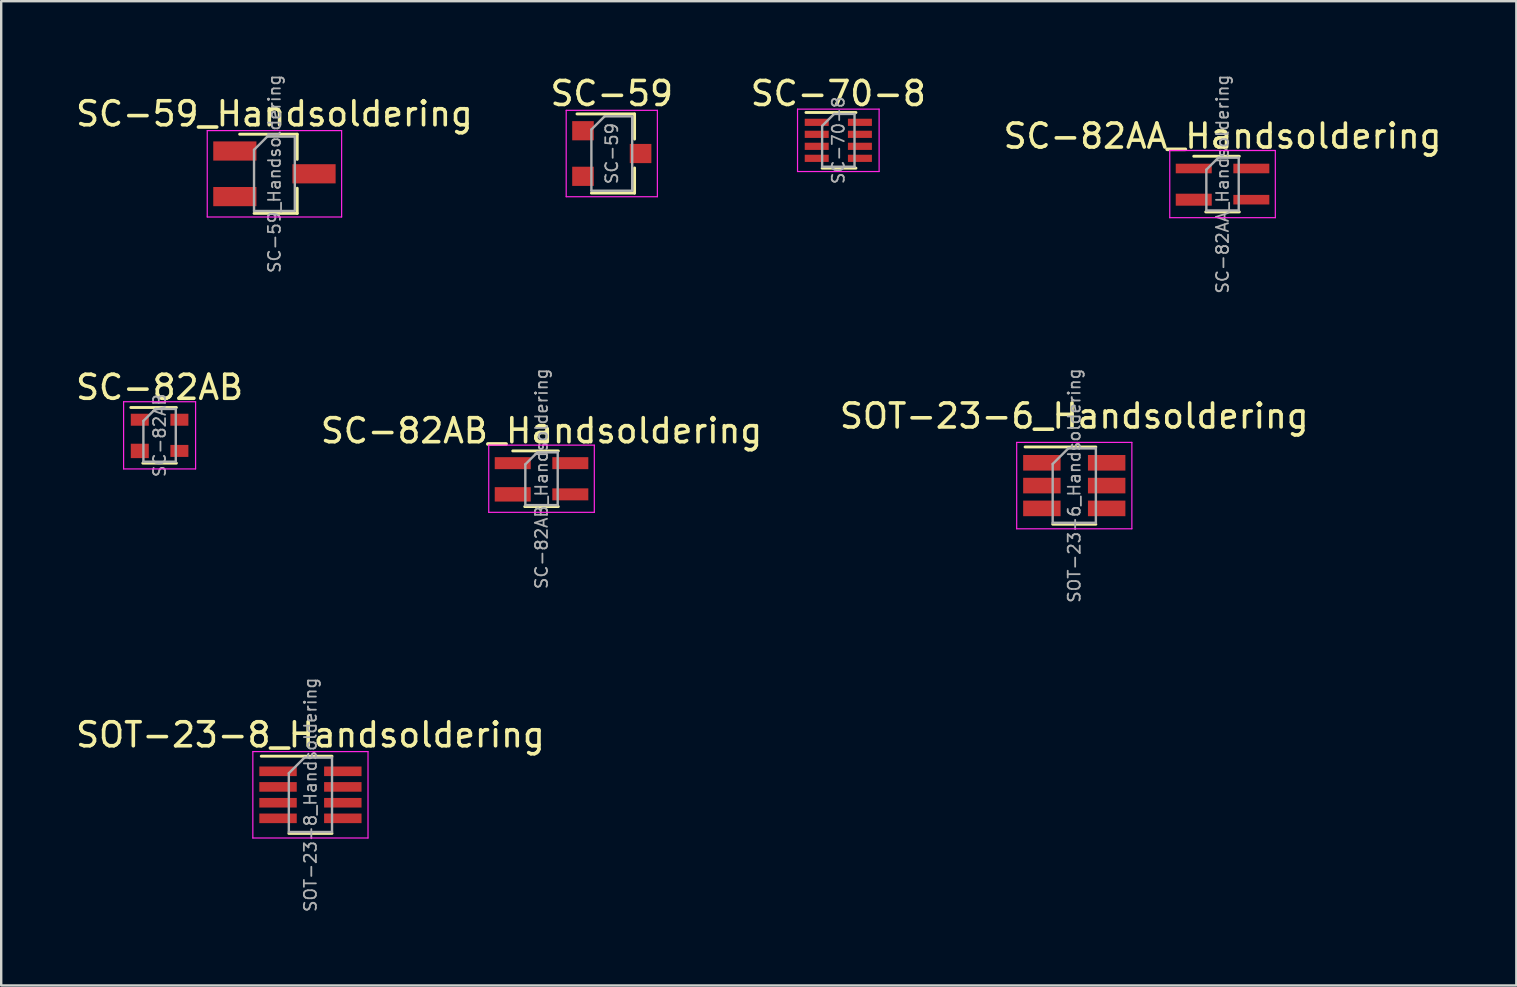
<source format=kicad_pcb>
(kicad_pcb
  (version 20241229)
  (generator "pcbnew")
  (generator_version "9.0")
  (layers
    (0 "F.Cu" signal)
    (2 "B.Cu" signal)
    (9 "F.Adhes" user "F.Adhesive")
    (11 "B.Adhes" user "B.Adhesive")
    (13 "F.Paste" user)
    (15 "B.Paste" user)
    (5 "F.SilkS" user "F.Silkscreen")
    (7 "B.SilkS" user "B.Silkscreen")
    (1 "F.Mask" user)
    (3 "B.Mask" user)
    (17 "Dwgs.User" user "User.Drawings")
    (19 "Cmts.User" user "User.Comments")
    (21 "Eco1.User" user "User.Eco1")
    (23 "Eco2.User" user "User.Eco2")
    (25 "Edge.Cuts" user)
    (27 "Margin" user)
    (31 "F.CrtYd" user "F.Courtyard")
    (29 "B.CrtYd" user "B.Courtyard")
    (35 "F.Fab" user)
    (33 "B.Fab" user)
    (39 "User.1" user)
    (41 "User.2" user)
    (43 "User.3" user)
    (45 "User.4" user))
  (footprint "SC-70-8"
    (layer "F.Cu")
    (at 31.887 2.798)
    (property "Reference" "SC-70-8" (at 0 -1.95 0) (layer "F.SilkS") (effects (font (size 1 1) (thickness 0.15))))
    (attr smd)
    (fp_line (start -0.675 1.16) (end 0.735 1.16) (stroke (width 0.12) (type solid)) (layer "F.SilkS"))
    (fp_line (start 0.735 -1.16) (end -1.35 -1.16) (stroke (width 0.12) (type solid)) (layer "F.SilkS"))
    (fp_line (start -1.7 -1.3) (end 1.7 -1.3) (stroke (width 0.05) (type solid)) (layer "F.CrtYd"))
    (fp_line (start -1.7 1.3) (end -1.7 -1.3) (stroke (width 0.05) (type solid)) (layer "F.CrtYd"))
    (fp_line (start 1.7 -1.3) (end 1.7 1.3) (stroke (width 0.05) (type solid)) (layer "F.CrtYd"))
    (fp_line (start 1.7 1.3) (end -1.7 1.3) (stroke (width 0.05) (type solid)) (layer "F.CrtYd"))
    (fp_line (start -0.675 -0.6) (end -0.675 1.1) (stroke (width 0.1) (type solid)) (layer "F.Fab"))
    (fp_line (start -0.175 -1.1) (end -0.675 -0.6) (stroke (width 0.1) (type solid)) (layer "F.Fab"))
    (fp_line (start 0.675 -1.1) (end -0.175 -1.1) (stroke (width 0.1) (type solid)) (layer "F.Fab"))
    (fp_line (start 0.675 -1.1) (end 0.675 1.1) (stroke (width 0.1) (type solid)) (layer "F.Fab"))
    (fp_line (start 0.675 1.1) (end -0.675 1.1) (stroke (width 0.1) (type solid)) (layer "F.Fab"))
    (fp_text user "${REFERENCE}" (at 0 0 90) (layer "F.Fab") (effects (font (size 0.5 0.5) (thickness 0.075))))
    (pad "1" smd rect (at -0.9 -0.75 270) (size 0.3 1) (layers "F.Cu" "F.Mask" "F.Paste"))
    (pad "2" smd rect (at -0.9 -0.25 270) (size 0.3 1) (layers "F.Cu" "F.Mask" "F.Paste"))
    (pad "3" smd rect (at -0.9 0.25 270) (size 0.3 1) (layers "F.Cu" "F.Mask" "F.Paste"))
    (pad "4" smd rect (at -0.9 0.75 270) (size 0.3 1) (layers "F.Cu" "F.Mask" "F.Paste"))
    (pad "5" smd rect (at 0.9 0.75 270) (size 0.3 1) (layers "F.Cu" "F.Mask" "F.Paste"))
    (pad "6" smd rect (at 0.9 0.25 270) (size 0.3 1) (layers "F.Cu" "F.Mask" "F.Paste"))
    (pad "7" smd rect (at 0.9 -0.25 270) (size 0.3 1) (layers "F.Cu" "F.Mask" "F.Paste"))
    (pad "8" smd rect (at 0.9 -0.75 270) (size 0.3 1) (layers "F.Cu" "F.Mask" "F.Paste")))
  (footprint "SC-82AB"
    (layer "F.Cu")
    (at 3.601 15.092)
    (property "Reference" "SC-82AB" (at 0 -2 0) (layer "F.SilkS") (effects (font (size 1 1) (thickness 0.15))))
    (attr smd)
    (fp_line (start -0.7 1.16) (end 0.7 1.16) (stroke (width 0.12) (type solid)) (layer "F.SilkS"))
    (fp_line (start 0.7 -1.16) (end -1.2 -1.16) (stroke (width 0.12) (type solid)) (layer "F.SilkS"))
    (fp_line (start -1.5 -1.4) (end -1.5 1.4) (stroke (width 0.05) (type solid)) (layer "F.CrtYd"))
    (fp_line (start -1.5 -1.4) (end 1.5 -1.4) (stroke (width 0.05) (type solid)) (layer "F.CrtYd"))
    (fp_line (start -1.5 1.4) (end 1.5 1.4) (stroke (width 0.05) (type solid)) (layer "F.CrtYd"))
    (fp_line (start 1.5 1.4) (end 1.5 -1.4) (stroke (width 0.05) (type solid)) (layer "F.CrtYd"))
    (fp_line (start -0.675 -0.6) (end -0.675 1.1) (stroke (width 0.1) (type solid)) (layer "F.Fab"))
    (fp_line (start -0.175 -1.1) (end -0.675 -0.6) (stroke (width 0.1) (type solid)) (layer "F.Fab"))
    (fp_line (start 0.675 -1.1) (end -0.175 -1.1) (stroke (width 0.1) (type solid)) (layer "F.Fab"))
    (fp_line (start 0.675 -1.1) (end 0.675 1.1) (stroke (width 0.1) (type solid)) (layer "F.Fab"))
    (fp_line (start 0.675 1.1) (end -0.675 1.1) (stroke (width 0.1) (type solid)) (layer "F.Fab"))
    (fp_text user "${REFERENCE}" (at 0 0 90) (layer "F.Fab") (effects (font (size 0.5 0.5) (thickness 0.075))))
    (pad "1" smd rect (at -0.825 -0.65) (size 0.75 0.5) (layers "F.Cu" "F.Mask" "F.Paste"))
    (pad "2" smd rect (at -0.825 0.65) (size 0.75 0.6) (layers "F.Cu" "F.Mask" "F.Paste"))
    (pad "3" smd rect (at 0.825 0.65) (size 0.75 0.5) (layers "F.Cu" "F.Mask" "F.Paste"))
    (pad "4" smd rect (at 0.825 -0.65) (size 0.75 0.5) (layers "F.Cu" "F.Mask" "F.Paste")))
  (footprint "SC-59"
    (layer "F.Cu")
    (at 22.446 3.348)
    (property "Reference" "SC-59" (at 0 -2.5 0) (layer "F.SilkS") (effects (font (size 1 1) (thickness 0.15))))
    (attr smd)
    (fp_line (start -1.45 -1.65) (end 0.95 -1.65) (stroke (width 0.12) (type solid)) (layer "F.SilkS"))
    (fp_line (start -0.85 1.65) (end 0.95 1.65) (stroke (width 0.12) (type solid)) (layer "F.SilkS"))
    (fp_line (start 0.95 -1.65) (end 0.95 -0.6) (stroke (width 0.12) (type solid)) (layer "F.SilkS"))
    (fp_line (start 0.95 1.65) (end 0.95 0.6) (stroke (width 0.12) (type solid)) (layer "F.SilkS"))
    (fp_line (start -1.9 -1.8) (end -1.9 1.8) (stroke (width 0.05) (type solid)) (layer "F.CrtYd"))
    (fp_line (start -1.9 -1.8) (end 1.9 -1.8) (stroke (width 0.05) (type solid)) (layer "F.CrtYd"))
    (fp_line (start 1.9 1.8) (end -1.9 1.8) (stroke (width 0.05) (type solid)) (layer "F.CrtYd"))
    (fp_line (start 1.9 1.8) (end 1.9 -1.8) (stroke (width 0.05) (type solid)) (layer "F.CrtYd"))
    (fp_line (start -0.85 1.55) (end -0.85 -1) (stroke (width 0.1) (type solid)) (layer "F.Fab"))
    (fp_line (start -0.85 1.55) (end 0.85 1.55) (stroke (width 0.1) (type solid)) (layer "F.Fab"))
    (fp_line (start -0.3 -1.55) (end -0.85 -1) (stroke (width 0.1) (type solid)) (layer "F.Fab"))
    (fp_line (start -0.3 -1.55) (end 0.85 -1.55) (stroke (width 0.1) (type solid)) (layer "F.Fab"))
    (fp_line (start 0.85 -1.52) (end 0.85 1.52) (stroke (width 0.1) (type solid)) (layer "F.Fab"))
    (fp_text user "${REFERENCE}" (at 0 0 90) (layer "F.Fab") (effects (font (size 0.5 0.5) (thickness 0.075))))
    (pad "1" smd rect (at -1.2 -0.95) (size 0.9 0.8) (layers "F.Cu" "F.Mask" "F.Paste"))
    (pad "2" smd rect (at -1.2 0.95) (size 0.9 0.8) (layers "F.Cu" "F.Mask" "F.Paste"))
    (pad "3" smd rect (at 1.2 0) (size 0.9 0.8) (layers "F.Cu" "F.Mask" "F.Paste")))
  (footprint "SC-82AA_Handsoldering"
    (layer "F.Cu")
    (at 47.899 4.622)
    (property "Reference" "SC-82AA_Handsoldering" (at 0 -2 0) (layer "F.SilkS") (effects (font (size 1 1) (thickness 0.15))))
    (attr smd)
    (fp_line (start -0.7 1.16) (end 0.7 1.16) (stroke (width 0.12) (type solid)) (layer "F.SilkS"))
    (fp_line (start 0.7 -1.16) (end -1.2 -1.16) (stroke (width 0.12) (type solid)) (layer "F.SilkS"))
    (fp_line (start -2.2 -1.4) (end -2.2 1.4) (stroke (width 0.05) (type solid)) (layer "F.CrtYd"))
    (fp_line (start -2.2 -1.4) (end 2.2 -1.4) (stroke (width 0.05) (type solid)) (layer "F.CrtYd"))
    (fp_line (start -2.2 1.4) (end 2.2 1.4) (stroke (width 0.05) (type solid)) (layer "F.CrtYd"))
    (fp_line (start 2.2 1.4) (end 2.2 -1.4) (stroke (width 0.05) (type solid)) (layer "F.CrtYd"))
    (fp_line (start -0.675 -0.6) (end -0.675 1.1) (stroke (width 0.1) (type solid)) (layer "F.Fab"))
    (fp_line (start -0.175 -1.1) (end -0.675 -0.6) (stroke (width 0.1) (type solid)) (layer "F.Fab"))
    (fp_line (start 0.675 -1.1) (end -0.175 -1.1) (stroke (width 0.1) (type solid)) (layer "F.Fab"))
    (fp_line (start 0.675 -1.1) (end 0.675 1.1) (stroke (width 0.1) (type solid)) (layer "F.Fab"))
    (fp_line (start 0.675 1.1) (end -0.675 1.1) (stroke (width 0.1) (type solid)) (layer "F.Fab"))
    (fp_text user "${REFERENCE}" (at 0 0 90) (layer "F.Fab") (effects (font (size 0.5 0.5) (thickness 0.075))))
    (pad "1" smd rect (at -1.2 -0.65) (size 1.5 0.4) (layers "F.Cu" "F.Mask" "F.Paste"))
    (pad "2" smd rect (at -1.2 0.65) (size 1.5 0.5) (layers "F.Cu" "F.Mask" "F.Paste"))
    (pad "3" smd rect (at 1.2 0.65) (size 1.5 0.4) (layers "F.Cu" "F.Mask" "F.Paste"))
    (pad "4" smd rect (at 1.2 -0.65) (size 1.5 0.4) (layers "F.Cu" "F.Mask" "F.Paste")))
  (footprint "SC-59_Handsoldering"
    (layer "F.Cu")
    (at 8.387 4.193)
    (property "Reference" "SC-59_Handsoldering" (at 0 -2.5 0) (layer "F.SilkS") (effects (font (size 1 1) (thickness 0.15))))
    (attr smd)
    (fp_line (start -1.45 -1.65) (end 0.95 -1.65) (stroke (width 0.12) (type solid)) (layer "F.SilkS"))
    (fp_line (start -0.85 1.65) (end 0.95 1.65) (stroke (width 0.12) (type solid)) (layer "F.SilkS"))
    (fp_line (start 0.95 -1.65) (end 0.95 -0.6) (stroke (width 0.12) (type solid)) (layer "F.SilkS"))
    (fp_line (start 0.95 1.65) (end 0.95 0.6) (stroke (width 0.12) (type solid)) (layer "F.SilkS"))
    (fp_line (start -2.8 -1.8) (end -2.8 1.8) (stroke (width 0.05) (type solid)) (layer "F.CrtYd"))
    (fp_line (start -2.8 -1.8) (end 2.8 -1.8) (stroke (width 0.05) (type solid)) (layer "F.CrtYd"))
    (fp_line (start 2.8 1.8) (end -2.8 1.8) (stroke (width 0.05) (type solid)) (layer "F.CrtYd"))
    (fp_line (start 2.8 1.8) (end 2.8 -1.8) (stroke (width 0.05) (type solid)) (layer "F.CrtYd"))
    (fp_line (start -0.85 1.55) (end -0.85 -1) (stroke (width 0.1) (type solid)) (layer "F.Fab"))
    (fp_line (start -0.85 1.55) (end 0.85 1.55) (stroke (width 0.1) (type solid)) (layer "F.Fab"))
    (fp_line (start -0.3 -1.55) (end -0.85 -1) (stroke (width 0.1) (type solid)) (layer "F.Fab"))
    (fp_line (start -0.3 -1.55) (end 0.85 -1.55) (stroke (width 0.1) (type solid)) (layer "F.Fab"))
    (fp_line (start 0.85 -1.52) (end 0.85 1.52) (stroke (width 0.1) (type solid)) (layer "F.Fab"))
    (fp_text user "${REFERENCE}" (at 0 0 90) (layer "F.Fab") (effects (font (size 0.5 0.5) (thickness 0.075))))
    (pad "1" smd rect (at -1.65 -0.95) (size 1.8 0.8) (layers "F.Cu" "F.Mask" "F.Paste"))
    (pad "2" smd rect (at -1.65 0.95) (size 1.8 0.8) (layers "F.Cu" "F.Mask" "F.Paste"))
    (pad "3" smd rect (at 1.65 0) (size 1.8 0.8) (layers "F.Cu" "F.Mask" "F.Paste")))
  (footprint "SOT-23-8_Handsoldering"
    (layer "F.Cu")
    (at 9.887 30.074)
    (property "Reference" "SOT-23-8_Handsoldering" (at 0 -2.5 0) (layer "F.SilkS") (effects (font (size 1 1) (thickness 0.15))))
    (attr smd)
    (fp_line (start -0.9 1.61) (end 0.9 1.61) (stroke (width 0.12) (type solid)) (layer "F.SilkS"))
    (fp_line (start 0.9 -1.61) (end -2.05 -1.61) (stroke (width 0.12) (type solid)) (layer "F.SilkS"))
    (fp_line (start -2.4 -1.8) (end 2.4 -1.8) (stroke (width 0.05) (type solid)) (layer "F.CrtYd"))
    (fp_line (start -2.4 1.8) (end -2.4 -1.8) (stroke (width 0.05) (type solid)) (layer "F.CrtYd"))
    (fp_line (start 2.4 -1.8) (end 2.4 1.8) (stroke (width 0.05) (type solid)) (layer "F.CrtYd"))
    (fp_line (start 2.4 1.8) (end -2.4 1.8) (stroke (width 0.05) (type solid)) (layer "F.CrtYd"))
    (fp_line (start -0.9 -0.9) (end -0.9 1.55) (stroke (width 0.1) (type solid)) (layer "F.Fab"))
    (fp_line (start -0.9 -0.9) (end -0.25 -1.55) (stroke (width 0.1) (type solid)) (layer "F.Fab"))
    (fp_line (start 0.9 -1.55) (end -0.25 -1.55) (stroke (width 0.1) (type solid)) (layer "F.Fab"))
    (fp_line (start 0.9 -1.55) (end 0.9 1.55) (stroke (width 0.1) (type solid)) (layer "F.Fab"))
    (fp_line (start 0.9 1.55) (end -0.9 1.55) (stroke (width 0.1) (type solid)) (layer "F.Fab"))
    (fp_text user "${REFERENCE}" (at 0 0 90) (layer "F.Fab") (effects (font (size 0.5 0.5) (thickness 0.075))))
    (pad "1" smd rect (at -1.35 -0.98) (size 1.56 0.4) (layers "F.Cu" "F.Mask" "F.Paste"))
    (pad "2" smd rect (at -1.35 -0.33) (size 1.56 0.4) (layers "F.Cu" "F.Mask" "F.Paste"))
    (pad "3" smd rect (at -1.35 0.33) (size 1.56 0.4) (layers "F.Cu" "F.Mask" "F.Paste"))
    (pad "4" smd rect (at -1.35 0.98) (size 1.56 0.4) (layers "F.Cu" "F.Mask" "F.Paste"))
    (pad "5" smd rect (at 1.35 0.98) (size 1.56 0.4) (layers "F.Cu" "F.Mask" "F.Paste"))
    (pad "6" smd rect (at 1.35 0.33) (size 1.56 0.4) (layers "F.Cu" "F.Mask" "F.Paste"))
    (pad "7" smd rect (at 1.35 -0.33) (size 1.56 0.4) (layers "F.Cu" "F.Mask" "F.Paste"))
    (pad "8" smd rect (at 1.35 -0.98) (size 1.56 0.4) (layers "F.Cu" "F.Mask" "F.Paste")))
  (footprint "SC-82AB_Handsoldering"
    (layer "F.Cu")
    (at 19.518 16.902)
    (property "Reference" "SC-82AB_Handsoldering" (at 0 -2 0) (layer "F.SilkS") (effects (font (size 1 1) (thickness 0.15))))
    (attr smd)
    (fp_line (start -0.7 1.16) (end 0.7 1.16) (stroke (width 0.12) (type solid)) (layer "F.SilkS"))
    (fp_line (start 0.7 -1.16) (end -1.2 -1.16) (stroke (width 0.12) (type solid)) (layer "F.SilkS"))
    (fp_line (start -2.2 -1.4) (end -2.2 1.4) (stroke (width 0.05) (type solid)) (layer "F.CrtYd"))
    (fp_line (start -2.2 -1.4) (end 2.2 -1.4) (stroke (width 0.05) (type solid)) (layer "F.CrtYd"))
    (fp_line (start -2.2 1.4) (end 2.2 1.4) (stroke (width 0.05) (type solid)) (layer "F.CrtYd"))
    (fp_line (start 2.2 1.4) (end 2.2 -1.4) (stroke (width 0.05) (type solid)) (layer "F.CrtYd"))
    (fp_line (start -0.675 -0.6) (end -0.675 1.1) (stroke (width 0.1) (type solid)) (layer "F.Fab"))
    (fp_line (start -0.175 -1.1) (end -0.675 -0.6) (stroke (width 0.1) (type solid)) (layer "F.Fab"))
    (fp_line (start 0.675 -1.1) (end -0.175 -1.1) (stroke (width 0.1) (type solid)) (layer "F.Fab"))
    (fp_line (start 0.675 -1.1) (end 0.675 1.1) (stroke (width 0.1) (type solid)) (layer "F.Fab"))
    (fp_line (start 0.675 1.1) (end -0.675 1.1) (stroke (width 0.1) (type solid)) (layer "F.Fab"))
    (fp_text user "${REFERENCE}" (at 0 0 90) (layer "F.Fab") (effects (font (size 0.5 0.5) (thickness 0.075))))
    (pad "1" smd rect (at -1.2 -0.65) (size 1.5 0.5) (layers "F.Cu" "F.Mask" "F.Paste"))
    (pad "2" smd rect (at -1.2 0.65) (size 1.5 0.6) (layers "F.Cu" "F.Mask" "F.Paste"))
    (pad "3" smd rect (at 1.2 0.65) (size 1.5 0.5) (layers "F.Cu" "F.Mask" "F.Paste"))
    (pad "4" smd rect (at 1.2 -0.65) (size 1.5 0.5) (layers "F.Cu" "F.Mask" "F.Paste")))
  (footprint "SOT-23-6_Handsoldering"
    (layer "F.Cu")
    (at 41.72 17.187)
    (property "Reference" "SOT-23-6_Handsoldering" (at 0 -2.9 0) (layer "F.SilkS") (effects (font (size 1 1) (thickness 0.15))))
    (attr smd)
    (fp_line (start -0.9 1.61) (end 0.9 1.61) (stroke (width 0.12) (type solid)) (layer "F.SilkS"))
    (fp_line (start 0.9 -1.61) (end -2.05 -1.61) (stroke (width 0.12) (type solid)) (layer "F.SilkS"))
    (fp_line (start -2.4 -1.8) (end 2.4 -1.8) (stroke (width 0.05) (type solid)) (layer "F.CrtYd"))
    (fp_line (start -2.4 1.8) (end -2.4 -1.8) (stroke (width 0.05) (type solid)) (layer "F.CrtYd"))
    (fp_line (start 2.4 -1.8) (end 2.4 1.8) (stroke (width 0.05) (type solid)) (layer "F.CrtYd"))
    (fp_line (start 2.4 1.8) (end -2.4 1.8) (stroke (width 0.05) (type solid)) (layer "F.CrtYd"))
    (fp_line (start -0.9 -0.9) (end -0.9 1.55) (stroke (width 0.1) (type solid)) (layer "F.Fab"))
    (fp_line (start -0.9 -0.9) (end -0.25 -1.55) (stroke (width 0.1) (type solid)) (layer "F.Fab"))
    (fp_line (start 0.9 -1.55) (end -0.25 -1.55) (stroke (width 0.1) (type solid)) (layer "F.Fab"))
    (fp_line (start 0.9 -1.55) (end 0.9 1.55) (stroke (width 0.1) (type solid)) (layer "F.Fab"))
    (fp_line (start 0.9 1.55) (end -0.9 1.55) (stroke (width 0.1) (type solid)) (layer "F.Fab"))
    (fp_text user "${REFERENCE}" (at 0 0 90) (layer "F.Fab") (effects (font (size 0.5 0.5) (thickness 0.075))))
    (pad "1" smd rect (at -1.35 -0.95) (size 1.56 0.65) (layers "F.Cu" "F.Mask" "F.Paste"))
    (pad "2" smd rect (at -1.35 0) (size 1.56 0.65) (layers "F.Cu" "F.Mask" "F.Paste"))
    (pad "3" smd rect (at -1.35 0.95) (size 1.56 0.65) (layers "F.Cu" "F.Mask" "F.Paste"))
    (pad "4" smd rect (at 1.35 0.95) (size 1.56 0.65) (layers "F.Cu" "F.Mask" "F.Paste"))
    (pad "5" smd rect (at 1.35 0) (size 1.56 0.65) (layers "F.Cu" "F.Mask" "F.Paste"))
    (pad "6" smd rect (at 1.35 -0.95) (size 1.56 0.65) (layers "F.Cu" "F.Mask" "F.Paste")))
  (gr_rect
    (start -3 -3)
    (end 60.143 38.018)
    (stroke (width 0.1) (type default))
    (fill no)
    (layer "Edge.Cuts")))
</source>
